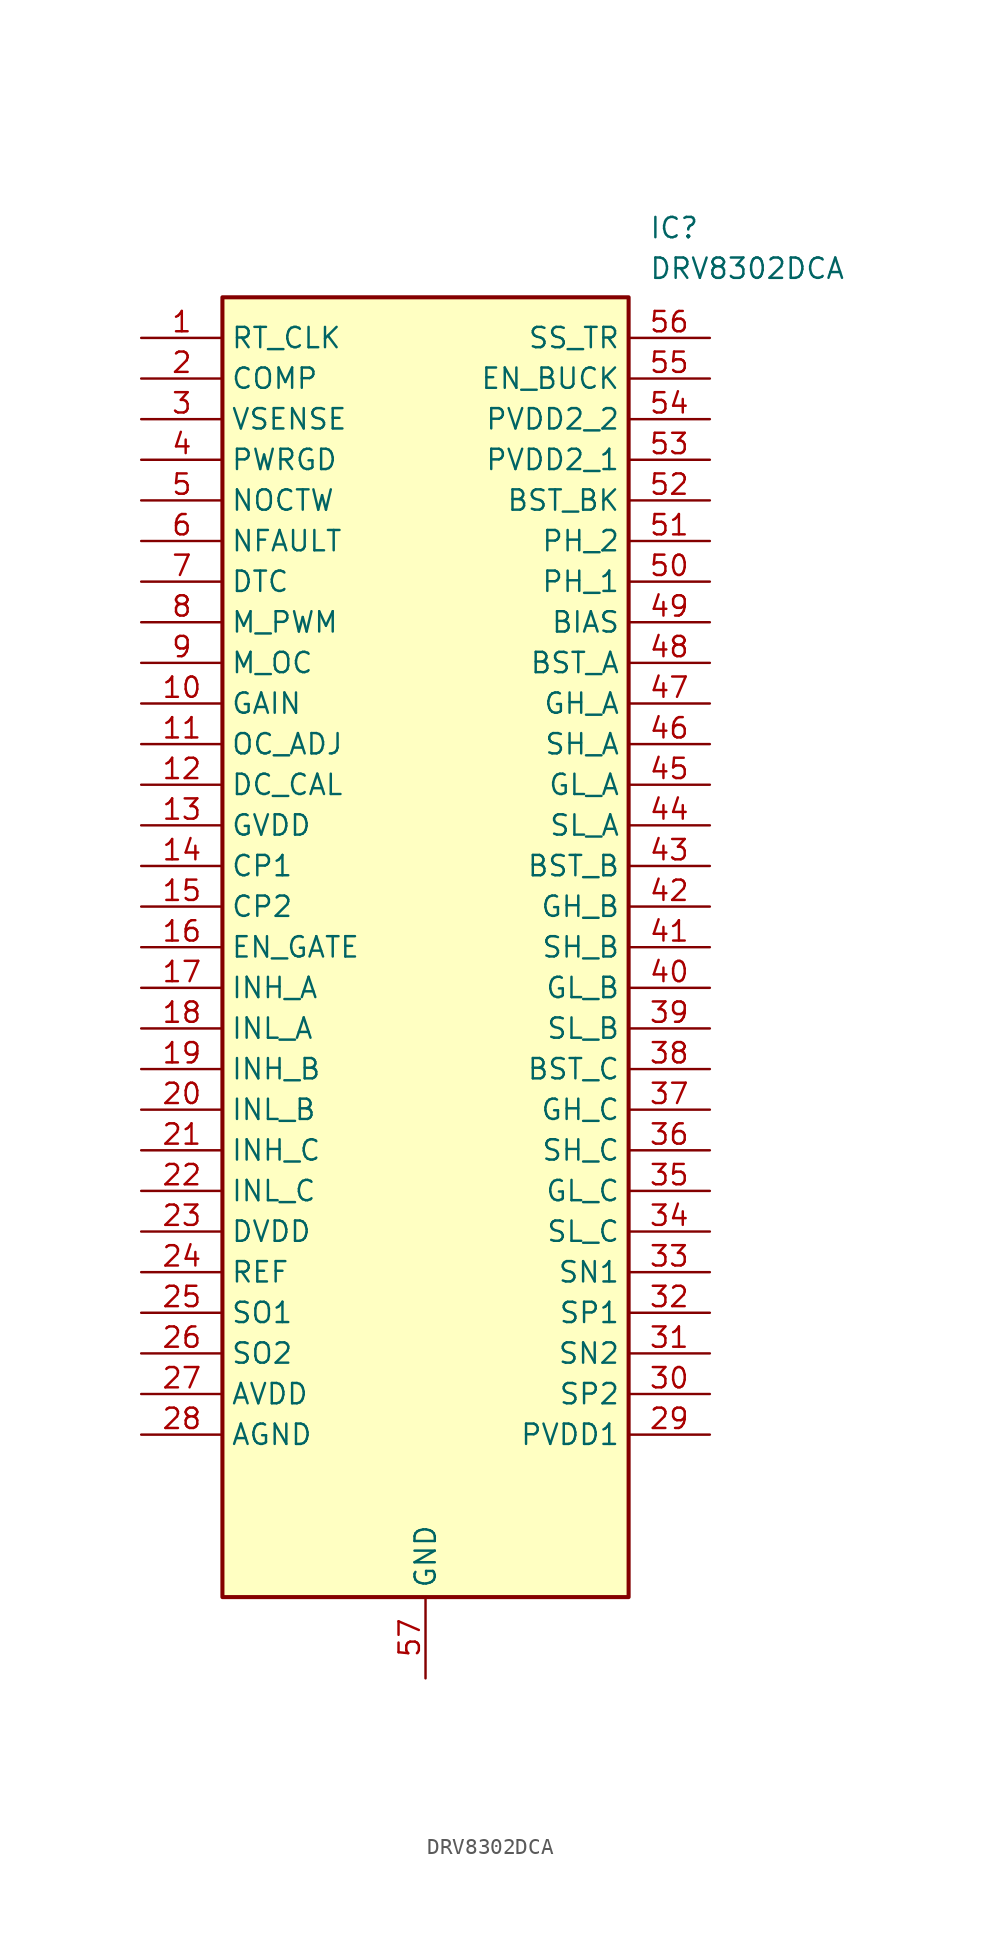
<source format=kicad_sym>
(kicad_symbol_lib
  (version 20211014)
  (generator SamacSys_ECAD_Model)
  (symbol "DRV8302DCA"
    (property "Reference" "IC"
      (at 31.75 7.62 0)
      (effects (font (size 1.27 1.27)) (justify left top)))
    (property "Value" "DRV8302DCA"
      (at 31.75 5.08 0)
      (effects (font (size 1.27 1.27)) (justify left top)))
    (rectangle
      (start 5.08 2.54)
      (end 30.48 -78.74)
      (stroke (width 0.254) (type default))
      (fill (type background)))
    (pin passive line
      (at 0 0 0)
      (length 5.08)
      (name "RT_CLK" (effects (font (size 1.27 1.27))))
      (number "1" (effects (font (size 1.27 1.27)))))
    (pin passive line
      (at 0 -2.54 0)
      (length 5.08)
      (name "COMP" (effects (font (size 1.27 1.27))))
      (number "2" (effects (font (size 1.27 1.27)))))
    (pin passive line
      (at 0 -5.08 0)
      (length 5.08)
      (name "VSENSE" (effects (font (size 1.27 1.27))))
      (number "3" (effects (font (size 1.27 1.27)))))
    (pin passive line
      (at 0 -7.62 0)
      (length 5.08)
      (name "PWRGD" (effects (font (size 1.27 1.27))))
      (number "4" (effects (font (size 1.27 1.27)))))
    (pin passive line
      (at 0 -10.16 0)
      (length 5.08)
      (name "NOCTW" (effects (font (size 1.27 1.27))))
      (number "5" (effects (font (size 1.27 1.27)))))
    (pin passive line
      (at 0 -12.7 0)
      (length 5.08)
      (name "NFAULT" (effects (font (size 1.27 1.27))))
      (number "6" (effects (font (size 1.27 1.27)))))
    (pin passive line
      (at 0 -15.24 0)
      (length 5.08)
      (name "DTC" (effects (font (size 1.27 1.27))))
      (number "7" (effects (font (size 1.27 1.27)))))
    (pin passive line
      (at 0 -17.78 0)
      (length 5.08)
      (name "M_PWM" (effects (font (size 1.27 1.27))))
      (number "8" (effects (font (size 1.27 1.27)))))
    (pin passive line
      (at 0 -20.32 0)
      (length 5.08)
      (name "M_OC" (effects (font (size 1.27 1.27))))
      (number "9" (effects (font (size 1.27 1.27)))))
    (pin passive line
      (at 0 -22.86 0)
      (length 5.08)
      (name "GAIN" (effects (font (size 1.27 1.27))))
      (number "10" (effects (font (size 1.27 1.27)))))
    (pin passive line
      (at 0 -25.4 0)
      (length 5.08)
      (name "OC_ADJ" (effects (font (size 1.27 1.27))))
      (number "11" (effects (font (size 1.27 1.27)))))
    (pin passive line
      (at 0 -27.94 0)
      (length 5.08)
      (name "DC_CAL" (effects (font (size 1.27 1.27))))
      (number "12" (effects (font (size 1.27 1.27)))))
    (pin passive line
      (at 0 -30.48 0)
      (length 5.08)
      (name "GVDD" (effects (font (size 1.27 1.27))))
      (number "13" (effects (font (size 1.27 1.27)))))
    (pin passive line
      (at 0 -33.02 0)
      (length 5.08)
      (name "CP1" (effects (font (size 1.27 1.27))))
      (number "14" (effects (font (size 1.27 1.27)))))
    (pin passive line
      (at 0 -35.56 0)
      (length 5.08)
      (name "CP2" (effects (font (size 1.27 1.27))))
      (number "15" (effects (font (size 1.27 1.27)))))
    (pin passive line
      (at 0 -38.1 0)
      (length 5.08)
      (name "EN_GATE" (effects (font (size 1.27 1.27))))
      (number "16" (effects (font (size 1.27 1.27)))))
    (pin passive line
      (at 0 -40.64 0)
      (length 5.08)
      (name "INH_A" (effects (font (size 1.27 1.27))))
      (number "17" (effects (font (size 1.27 1.27)))))
    (pin passive line
      (at 0 -43.18 0)
      (length 5.08)
      (name "INL_A" (effects (font (size 1.27 1.27))))
      (number "18" (effects (font (size 1.27 1.27)))))
    (pin passive line
      (at 0 -45.72 0)
      (length 5.08)
      (name "INH_B" (effects (font (size 1.27 1.27))))
      (number "19" (effects (font (size 1.27 1.27)))))
    (pin passive line
      (at 0 -48.26 0)
      (length 5.08)
      (name "INL_B" (effects (font (size 1.27 1.27))))
      (number "20" (effects (font (size 1.27 1.27)))))
    (pin passive line
      (at 0 -50.8 0)
      (length 5.08)
      (name "INH_C" (effects (font (size 1.27 1.27))))
      (number "21" (effects (font (size 1.27 1.27)))))
    (pin passive line
      (at 0 -53.34 0)
      (length 5.08)
      (name "INL_C" (effects (font (size 1.27 1.27))))
      (number "22" (effects (font (size 1.27 1.27)))))
    (pin passive line
      (at 0 -55.88 0)
      (length 5.08)
      (name "DVDD" (effects (font (size 1.27 1.27))))
      (number "23" (effects (font (size 1.27 1.27)))))
    (pin passive line
      (at 0 -58.42 0)
      (length 5.08)
      (name "REF" (effects (font (size 1.27 1.27))))
      (number "24" (effects (font (size 1.27 1.27)))))
    (pin passive line
      (at 0 -60.96 0)
      (length 5.08)
      (name "SO1" (effects (font (size 1.27 1.27))))
      (number "25" (effects (font (size 1.27 1.27)))))
    (pin passive line
      (at 0 -63.5 0)
      (length 5.08)
      (name "SO2" (effects (font (size 1.27 1.27))))
      (number "26" (effects (font (size 1.27 1.27)))))
    (pin passive line
      (at 0 -66.04 0)
      (length 5.08)
      (name "AVDD" (effects (font (size 1.27 1.27))))
      (number "27" (effects (font (size 1.27 1.27)))))
    (pin passive line
      (at 0 -68.58 0)
      (length 5.08)
      (name "AGND" (effects (font (size 1.27 1.27))))
      (number "28" (effects (font (size 1.27 1.27)))))
    (pin passive line
      (at 17.78 -83.82 90)
      (length 5.08)
      (name "GND" (effects (font (size 1.27 1.27))))
      (number "57" (effects (font (size 1.27 1.27)))))
    (pin passive line
      (at 35.56 0 180)
      (length 5.08)
      (name "SS_TR" (effects (font (size 1.27 1.27))))
      (number "56" (effects (font (size 1.27 1.27)))))
    (pin passive line
      (at 35.56 -2.54 180)
      (length 5.08)
      (name "EN_BUCK" (effects (font (size 1.27 1.27))))
      (number "55" (effects (font (size 1.27 1.27)))))
    (pin passive line
      (at 35.56 -5.08 180)
      (length 5.08)
      (name "PVDD2_2" (effects (font (size 1.27 1.27))))
      (number "54" (effects (font (size 1.27 1.27)))))
    (pin passive line
      (at 35.56 -7.62 180)
      (length 5.08)
      (name "PVDD2_1" (effects (font (size 1.27 1.27))))
      (number "53" (effects (font (size 1.27 1.27)))))
    (pin passive line
      (at 35.56 -10.16 180)
      (length 5.08)
      (name "BST_BK" (effects (font (size 1.27 1.27))))
      (number "52" (effects (font (size 1.27 1.27)))))
    (pin passive line
      (at 35.56 -12.7 180)
      (length 5.08)
      (name "PH_2" (effects (font (size 1.27 1.27))))
      (number "51" (effects (font (size 1.27 1.27)))))
    (pin passive line
      (at 35.56 -15.24 180)
      (length 5.08)
      (name "PH_1" (effects (font (size 1.27 1.27))))
      (number "50" (effects (font (size 1.27 1.27)))))
    (pin passive line
      (at 35.56 -17.78 180)
      (length 5.08)
      (name "BIAS" (effects (font (size 1.27 1.27))))
      (number "49" (effects (font (size 1.27 1.27)))))
    (pin passive line
      (at 35.56 -20.32 180)
      (length 5.08)
      (name "BST_A" (effects (font (size 1.27 1.27))))
      (number "48" (effects (font (size 1.27 1.27)))))
    (pin passive line
      (at 35.56 -22.86 180)
      (length 5.08)
      (name "GH_A" (effects (font (size 1.27 1.27))))
      (number "47" (effects (font (size 1.27 1.27)))))
    (pin passive line
      (at 35.56 -25.4 180)
      (length 5.08)
      (name "SH_A" (effects (font (size 1.27 1.27))))
      (number "46" (effects (font (size 1.27 1.27)))))
    (pin passive line
      (at 35.56 -27.94 180)
      (length 5.08)
      (name "GL_A" (effects (font (size 1.27 1.27))))
      (number "45" (effects (font (size 1.27 1.27)))))
    (pin passive line
      (at 35.56 -30.48 180)
      (length 5.08)
      (name "SL_A" (effects (font (size 1.27 1.27))))
      (number "44" (effects (font (size 1.27 1.27)))))
    (pin passive line
      (at 35.56 -33.02 180)
      (length 5.08)
      (name "BST_B" (effects (font (size 1.27 1.27))))
      (number "43" (effects (font (size 1.27 1.27)))))
    (pin passive line
      (at 35.56 -35.56 180)
      (length 5.08)
      (name "GH_B" (effects (font (size 1.27 1.27))))
      (number "42" (effects (font (size 1.27 1.27)))))
    (pin passive line
      (at 35.56 -38.1 180)
      (length 5.08)
      (name "SH_B" (effects (font (size 1.27 1.27))))
      (number "41" (effects (font (size 1.27 1.27)))))
    (pin passive line
      (at 35.56 -40.64 180)
      (length 5.08)
      (name "GL_B" (effects (font (size 1.27 1.27))))
      (number "40" (effects (font (size 1.27 1.27)))))
    (pin passive line
      (at 35.56 -43.18 180)
      (length 5.08)
      (name "SL_B" (effects (font (size 1.27 1.27))))
      (number "39" (effects (font (size 1.27 1.27)))))
    (pin passive line
      (at 35.56 -45.72 180)
      (length 5.08)
      (name "BST_C" (effects (font (size 1.27 1.27))))
      (number "38" (effects (font (size 1.27 1.27)))))
    (pin passive line
      (at 35.56 -48.26 180)
      (length 5.08)
      (name "GH_C" (effects (font (size 1.27 1.27))))
      (number "37" (effects (font (size 1.27 1.27)))))
    (pin passive line
      (at 35.56 -50.8 180)
      (length 5.08)
      (name "SH_C" (effects (font (size 1.27 1.27))))
      (number "36" (effects (font (size 1.27 1.27)))))
    (pin passive line
      (at 35.56 -53.34 180)
      (length 5.08)
      (name "GL_C" (effects (font (size 1.27 1.27))))
      (number "35" (effects (font (size 1.27 1.27)))))
    (pin passive line
      (at 35.56 -55.88 180)
      (length 5.08)
      (name "SL_C" (effects (font (size 1.27 1.27))))
      (number "34" (effects (font (size 1.27 1.27)))))
    (pin passive line
      (at 35.56 -58.42 180)
      (length 5.08)
      (name "SN1" (effects (font (size 1.27 1.27))))
      (number "33" (effects (font (size 1.27 1.27)))))
    (pin passive line
      (at 35.56 -60.96 180)
      (length 5.08)
      (name "SP1" (effects (font (size 1.27 1.27))))
      (number "32" (effects (font (size 1.27 1.27)))))
    (pin passive line
      (at 35.56 -63.5 180)
      (length 5.08)
      (name "SN2" (effects (font (size 1.27 1.27))))
      (number "31" (effects (font (size 1.27 1.27)))))
    (pin passive line
      (at 35.56 -66.04 180)
      (length 5.08)
      (name "SP2" (effects (font (size 1.27 1.27))))
      (number "30" (effects (font (size 1.27 1.27)))))
    (pin passive line
      (at 35.56 -68.58 180)
      (length 5.08)
      (name "PVDD1" (effects (font (size 1.27 1.27))))
      (number "29" (effects (font (size 1.27 1.27)))))))
</source>
